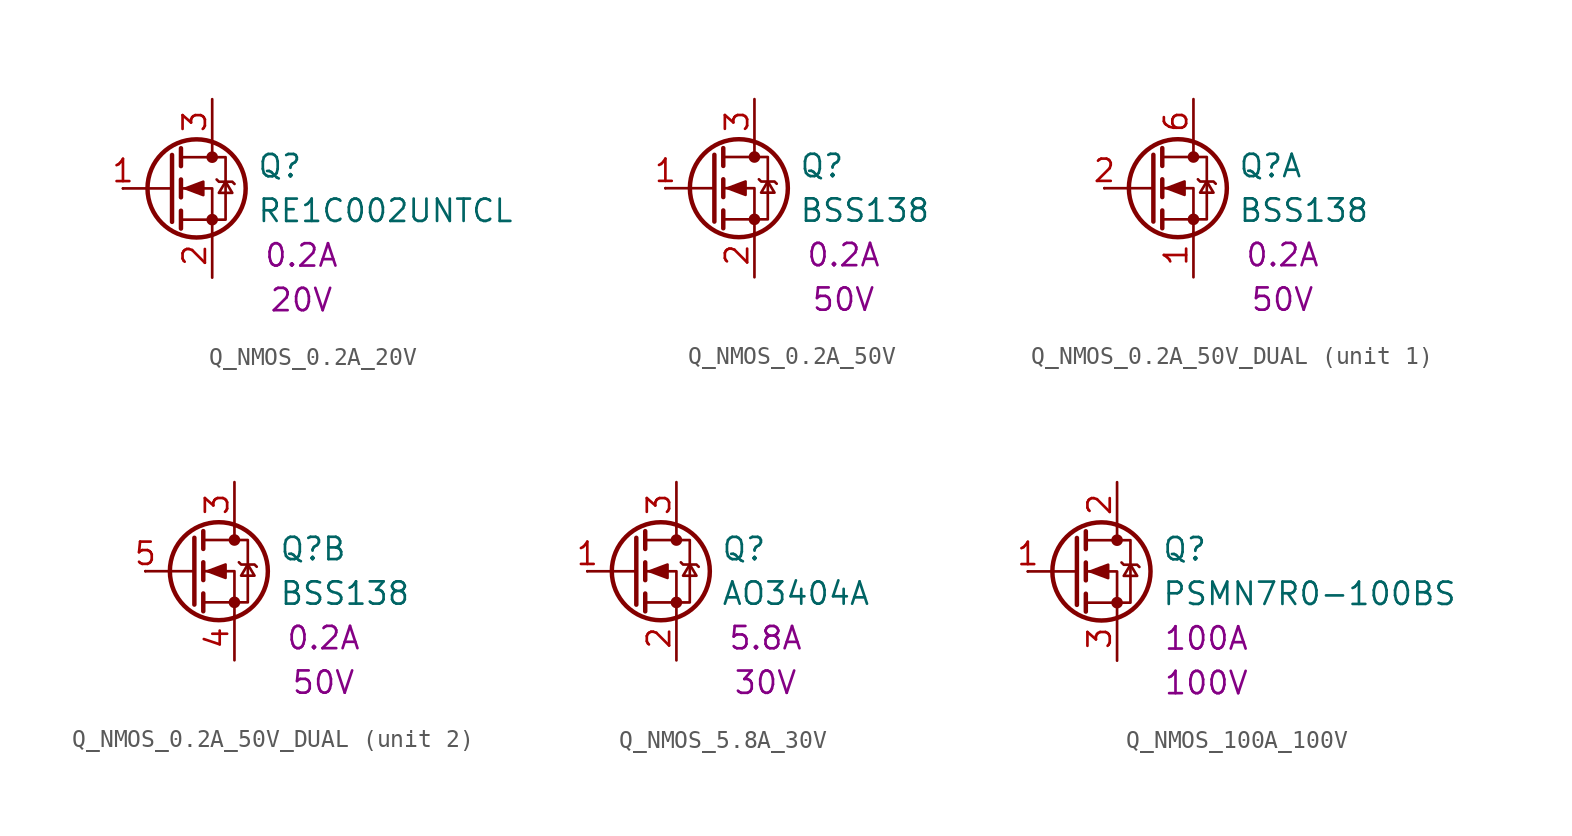
<source format=kicad_sym>
(kicad_symbol_lib
  (version 20241209)
  (generator "kicad_symbol_editor")
  (generator_version "9.0")
  (symbol "Q_NMOS_0.2A_20V"
    (pin_names
      (offset 0)
      (hide yes))
    (property "Reference" "Q"
      (at 5.08 1.27 0)
      (effects (font (size 1.27 1.27)) (justify left)))
    (property "Value" "RE1C002UNTCL"
      (at 5.08 -1.27 0)
      (effects (font (size 1.27 1.27)) (justify left)))
    (property "IMax" "0.2A"
      (at 7.62 -3.81 0)
      (effects (font (size 1.27 1.27))))
    (property "VMax" "20V"
      (at 7.62 -6.35 0)
      (effects (font (size 1.27 1.27))))
    (symbol "Q_NMOS_0.2A_20V_0_1"
      (polyline (pts (xy 0.254 1.905) (xy 0.254 -1.905)) (stroke (width 0.254) (type default)) (fill (type none)))
      (polyline (pts (xy 0.254 0) (xy -2.54 0)) (stroke (width 0) (type default)) (fill (type none)))
      (polyline (pts (xy 0.762 2.286) (xy 0.762 1.27)) (stroke (width 0.254) (type default)) (fill (type none)))
      (polyline (pts (xy 0.762 0.508) (xy 0.762 -0.508)) (stroke (width 0.254) (type default)) (fill (type none)))
      (polyline (pts (xy 0.762 -1.27) (xy 0.762 -2.286)) (stroke (width 0.254) (type default)) (fill (type none)))
      (polyline (pts (xy 0.762 -1.778) (xy 3.302 -1.778) (xy 3.302 1.778) (xy 0.762 1.778)) (stroke (width 0) (type default)) (fill (type none)))
      (polyline (pts (xy 1.016 0) (xy 2.032 0.381) (xy 2.032 -0.381) (xy 1.016 0)) (stroke (width 0) (type default)) (fill (type outline)))
      (circle (center 1.651 0) (radius 2.794) (stroke (width 0.254) (type default)) (fill (type none)))
      (polyline (pts (xy 2.54 2.54) (xy 2.54 1.778)) (stroke (width 0) (type default)) (fill (type none)))
      (circle (center 2.54 1.778) (radius 0.254) (stroke (width 0) (type default)) (fill (type outline)))
      (circle (center 2.54 -1.778) (radius 0.254) (stroke (width 0) (type default)) (fill (type outline)))
      (polyline (pts (xy 2.54 -2.54) (xy 2.54 0) (xy 0.762 0)) (stroke (width 0) (type default)) (fill (type none)))
      (polyline (pts (xy 2.794 0.508) (xy 2.921 0.381) (xy 3.683 0.381) (xy 3.81 0.254)) (stroke (width 0) (type default)) (fill (type none)))
      (polyline (pts (xy 3.302 0.381) (xy 2.921 -0.254) (xy 3.683 -0.254) (xy 3.302 0.381)) (stroke (width 0) (type default)) (fill (type none))))
    (symbol "Q_NMOS_0.2A_20V_1_1"
      (pin input line (at -2.54 0 0) (length 0) (name "G" (effects (font (size 1.27 1.27)))) (number "1" (effects (font (size 1.27 1.27)))))
      (pin passive line (at 2.54 5.08 270) (length 2.54) (name "D" (effects (font (size 1.27 1.27)))) (number "3" (effects (font (size 1.27 1.27)))))
      (pin passive line (at 2.54 -5.08 90) (length 2.54) (name "S" (effects (font (size 1.27 1.27)))) (number "2" (effects (font (size 1.27 1.27)))))))
  (symbol "Q_NMOS_0.2A_50V"
    (pin_names
      (offset 0)
      (hide yes))
    (property "Reference" "Q"
      (at 5.08 1.27 0)
      (effects (font (size 1.27 1.27)) (justify left)))
    (property "Value" "BSS138"
      (at 5.08 -1.27 0)
      (effects (font (size 1.27 1.27)) (justify left)))
    (property "IMax" "0.2A"
      (at 7.62 -3.81 0)
      (effects (font (size 1.27 1.27))))
    (property "VMax" "50V"
      (at 7.62 -6.35 0)
      (effects (font (size 1.27 1.27))))
    (symbol "Q_NMOS_0.2A_50V_0_1"
      (polyline (pts (xy 0.254 1.905) (xy 0.254 -1.905)) (stroke (width 0.254) (type default)) (fill (type none)))
      (polyline (pts (xy 0.254 0) (xy -2.54 0)) (stroke (width 0) (type default)) (fill (type none)))
      (polyline (pts (xy 0.762 2.286) (xy 0.762 1.27)) (stroke (width 0.254) (type default)) (fill (type none)))
      (polyline (pts (xy 0.762 0.508) (xy 0.762 -0.508)) (stroke (width 0.254) (type default)) (fill (type none)))
      (polyline (pts (xy 0.762 -1.27) (xy 0.762 -2.286)) (stroke (width 0.254) (type default)) (fill (type none)))
      (polyline (pts (xy 0.762 -1.778) (xy 3.302 -1.778) (xy 3.302 1.778) (xy 0.762 1.778)) (stroke (width 0) (type default)) (fill (type none)))
      (polyline (pts (xy 1.016 0) (xy 2.032 0.381) (xy 2.032 -0.381) (xy 1.016 0)) (stroke (width 0) (type default)) (fill (type outline)))
      (circle (center 1.651 0) (radius 2.794) (stroke (width 0.254) (type default)) (fill (type none)))
      (polyline (pts (xy 2.54 2.54) (xy 2.54 1.778)) (stroke (width 0) (type default)) (fill (type none)))
      (circle (center 2.54 1.778) (radius 0.254) (stroke (width 0) (type default)) (fill (type outline)))
      (circle (center 2.54 -1.778) (radius 0.254) (stroke (width 0) (type default)) (fill (type outline)))
      (polyline (pts (xy 2.54 -2.54) (xy 2.54 0) (xy 0.762 0)) (stroke (width 0) (type default)) (fill (type none)))
      (polyline (pts (xy 2.794 0.508) (xy 2.921 0.381) (xy 3.683 0.381) (xy 3.81 0.254)) (stroke (width 0) (type default)) (fill (type none)))
      (polyline (pts (xy 3.302 0.381) (xy 2.921 -0.254) (xy 3.683 -0.254) (xy 3.302 0.381)) (stroke (width 0) (type default)) (fill (type none))))
    (symbol "Q_NMOS_0.2A_50V_1_1"
      (pin input line (at -2.54 0 0) (length 0) (name "G" (effects (font (size 1.27 1.27)))) (number "1" (effects (font (size 1.27 1.27)))))
      (pin passive line (at 2.54 5.08 270) (length 2.54) (name "D" (effects (font (size 1.27 1.27)))) (number "3" (effects (font (size 1.27 1.27)))))
      (pin passive line (at 2.54 -5.08 90) (length 2.54) (name "S" (effects (font (size 1.27 1.27)))) (number "2" (effects (font (size 1.27 1.27)))))))
  (symbol "Q_NMOS_0.2A_50V_DUAL"
    (pin_names
      (offset 0)
      (hide yes))
    (property "Reference" "Q"
      (at 5.08 1.27 0)
      (effects (font (size 1.27 1.27)) (justify left)))
    (property "Value" "BSS138"
      (at 5.08 -1.27 0)
      (effects (font (size 1.27 1.27)) (justify left)))
    (property "IMax" "0.2A"
      (at 7.62 -3.81 0)
      (effects (font (size 1.27 1.27))))
    (property "VMax" "50V"
      (at 7.62 -6.35 0)
      (effects (font (size 1.27 1.27))))
    (symbol "Q_NMOS_0.2A_50V_DUAL_0_1"
      (polyline (pts (xy 0.254 1.905) (xy 0.254 -1.905)) (stroke (width 0.254) (type default)) (fill (type none)))
      (polyline (pts (xy 0.254 0) (xy -2.54 0)) (stroke (width 0) (type default)) (fill (type none)))
      (polyline (pts (xy 0.762 2.286) (xy 0.762 1.27)) (stroke (width 0.254) (type default)) (fill (type none)))
      (polyline (pts (xy 0.762 0.508) (xy 0.762 -0.508)) (stroke (width 0.254) (type default)) (fill (type none)))
      (polyline (pts (xy 0.762 -1.27) (xy 0.762 -2.286)) (stroke (width 0.254) (type default)) (fill (type none)))
      (polyline (pts (xy 0.762 -1.778) (xy 3.302 -1.778) (xy 3.302 1.778) (xy 0.762 1.778)) (stroke (width 0) (type default)) (fill (type none)))
      (polyline (pts (xy 1.016 0) (xy 2.032 0.381) (xy 2.032 -0.381) (xy 1.016 0)) (stroke (width 0) (type default)) (fill (type outline)))
      (circle (center 1.651 0) (radius 2.794) (stroke (width 0.254) (type default)) (fill (type none)))
      (polyline (pts (xy 2.54 2.54) (xy 2.54 1.778)) (stroke (width 0) (type default)) (fill (type none)))
      (circle (center 2.54 1.778) (radius 0.254) (stroke (width 0) (type default)) (fill (type outline)))
      (circle (center 2.54 -1.778) (radius 0.254) (stroke (width 0) (type default)) (fill (type outline)))
      (polyline (pts (xy 2.54 -2.54) (xy 2.54 0) (xy 0.762 0)) (stroke (width 0) (type default)) (fill (type none)))
      (polyline (pts (xy 2.794 0.508) (xy 2.921 0.381) (xy 3.683 0.381) (xy 3.81 0.254)) (stroke (width 0) (type default)) (fill (type none)))
      (polyline (pts (xy 3.302 0.381) (xy 2.921 -0.254) (xy 3.683 -0.254) (xy 3.302 0.381)) (stroke (width 0) (type default)) (fill (type none))))
    (symbol "Q_NMOS_0.2A_50V_DUAL_1_1"
      (pin passive line (at -2.54 0 0) (length 0) (name "G" (effects (font (size 1.27 1.27)))) (number "2" (effects (font (size 1.27 1.27)))))
      (pin passive line (at 2.54 5.08 270) (length 2.54) (name "D" (effects (font (size 1.27 1.27)))) (number "6" (effects (font (size 1.27 1.27)))))
      (pin passive line (at 2.54 -5.08 90) (length 2.54) (name "S" (effects (font (size 1.27 1.27)))) (number "1" (effects (font (size 1.27 1.27))))))
    (symbol "Q_NMOS_0.2A_50V_DUAL_2_1"
      (pin passive line (at -2.54 0 0) (length 0) (name "G" (effects (font (size 1.27 1.27)))) (number "5" (effects (font (size 1.27 1.27)))))
      (pin passive line (at 2.54 5.08 270) (length 2.54) (name "D" (effects (font (size 1.27 1.27)))) (number "3" (effects (font (size 1.27 1.27)))))
      (pin passive line (at 2.54 -5.08 90) (length 2.54) (name "S" (effects (font (size 1.27 1.27)))) (number "4" (effects (font (size 1.27 1.27)))))))
  (symbol "Q_NMOS_5.8A_30V"
    (pin_names
      (offset 0)
      (hide yes))
    (property "Reference" "Q"
      (at 5.08 1.27 0)
      (effects (font (size 1.27 1.27)) (justify left)))
    (property "Value" "AO3404A"
      (at 5.08 -1.27 0)
      (effects (font (size 1.27 1.27)) (justify left)))
    (property "IMax" "5.8A"
      (at 7.62 -3.81 0)
      (effects (font (size 1.27 1.27))))
    (property "VMax" "30V"
      (at 7.62 -6.35 0)
      (effects (font (size 1.27 1.27))))
    (symbol "Q_NMOS_5.8A_30V_0_1"
      (polyline (pts (xy 0.254 1.905) (xy 0.254 -1.905)) (stroke (width 0.254) (type default)) (fill (type none)))
      (polyline (pts (xy 0.254 0) (xy -2.54 0)) (stroke (width 0) (type default)) (fill (type none)))
      (polyline (pts (xy 0.762 2.286) (xy 0.762 1.27)) (stroke (width 0.254) (type default)) (fill (type none)))
      (polyline (pts (xy 0.762 0.508) (xy 0.762 -0.508)) (stroke (width 0.254) (type default)) (fill (type none)))
      (polyline (pts (xy 0.762 -1.27) (xy 0.762 -2.286)) (stroke (width 0.254) (type default)) (fill (type none)))
      (polyline (pts (xy 0.762 -1.778) (xy 3.302 -1.778) (xy 3.302 1.778) (xy 0.762 1.778)) (stroke (width 0) (type default)) (fill (type none)))
      (polyline (pts (xy 1.016 0) (xy 2.032 0.381) (xy 2.032 -0.381) (xy 1.016 0)) (stroke (width 0) (type default)) (fill (type outline)))
      (circle (center 1.651 0) (radius 2.794) (stroke (width 0.254) (type default)) (fill (type none)))
      (polyline (pts (xy 2.54 2.54) (xy 2.54 1.778)) (stroke (width 0) (type default)) (fill (type none)))
      (circle (center 2.54 1.778) (radius 0.254) (stroke (width 0) (type default)) (fill (type outline)))
      (circle (center 2.54 -1.778) (radius 0.254) (stroke (width 0) (type default)) (fill (type outline)))
      (polyline (pts (xy 2.54 -2.54) (xy 2.54 0) (xy 0.762 0)) (stroke (width 0) (type default)) (fill (type none)))
      (polyline (pts (xy 2.794 0.508) (xy 2.921 0.381) (xy 3.683 0.381) (xy 3.81 0.254)) (stroke (width 0) (type default)) (fill (type none)))
      (polyline (pts (xy 3.302 0.381) (xy 2.921 -0.254) (xy 3.683 -0.254) (xy 3.302 0.381)) (stroke (width 0) (type default)) (fill (type none))))
    (symbol "Q_NMOS_5.8A_30V_1_1"
      (pin input line (at -2.54 0 0) (length 0) (name "G" (effects (font (size 1.27 1.27)))) (number "1" (effects (font (size 1.27 1.27)))))
      (pin passive line (at 2.54 5.08 270) (length 2.54) (name "D" (effects (font (size 1.27 1.27)))) (number "3" (effects (font (size 1.27 1.27)))))
      (pin passive line (at 2.54 -5.08 90) (length 2.54) (name "S" (effects (font (size 1.27 1.27)))) (number "2" (effects (font (size 1.27 1.27)))))))
  (symbol "Q_NMOS_100A_100V"
    (pin_names
      (offset 0)
      (hide yes))
    (property "Reference" "Q"
      (at 5.08 1.27 0)
      (effects (font (size 1.27 1.27)) (justify left)))
    (property "Value" "PSMN7R0-100BS"
      (at 5.08 -1.27 0)
      (effects (font (size 1.27 1.27)) (justify left)))
    (property "IMax" "100A"
      (at 7.62 -3.81 0)
      (effects (font (size 1.27 1.27))))
    (property "VMax" "100V"
      (at 7.62 -6.35 0)
      (effects (font (size 1.27 1.27))))
    (symbol "Q_NMOS_100A_100V_0_1"
      (polyline (pts (xy 0.254 1.905) (xy 0.254 -1.905)) (stroke (width 0.254) (type default)) (fill (type none)))
      (polyline (pts (xy 0.254 0) (xy -2.54 0)) (stroke (width 0) (type default)) (fill (type none)))
      (polyline (pts (xy 0.762 2.286) (xy 0.762 1.27)) (stroke (width 0.254) (type default)) (fill (type none)))
      (polyline (pts (xy 0.762 0.508) (xy 0.762 -0.508)) (stroke (width 0.254) (type default)) (fill (type none)))
      (polyline (pts (xy 0.762 -1.27) (xy 0.762 -2.286)) (stroke (width 0.254) (type default)) (fill (type none)))
      (polyline (pts (xy 0.762 -1.778) (xy 3.302 -1.778) (xy 3.302 1.778) (xy 0.762 1.778)) (stroke (width 0) (type default)) (fill (type none)))
      (polyline (pts (xy 1.016 0) (xy 2.032 0.381) (xy 2.032 -0.381) (xy 1.016 0)) (stroke (width 0) (type default)) (fill (type outline)))
      (circle (center 1.651 0) (radius 2.794) (stroke (width 0.254) (type default)) (fill (type none)))
      (polyline (pts (xy 2.54 2.54) (xy 2.54 1.778)) (stroke (width 0) (type default)) (fill (type none)))
      (circle (center 2.54 1.778) (radius 0.254) (stroke (width 0) (type default)) (fill (type outline)))
      (circle (center 2.54 -1.778) (radius 0.254) (stroke (width 0) (type default)) (fill (type outline)))
      (polyline (pts (xy 2.54 -2.54) (xy 2.54 0) (xy 0.762 0)) (stroke (width 0) (type default)) (fill (type none)))
      (polyline (pts (xy 2.794 0.508) (xy 2.921 0.381) (xy 3.683 0.381) (xy 3.81 0.254)) (stroke (width 0) (type default)) (fill (type none)))
      (polyline (pts (xy 3.302 0.381) (xy 2.921 -0.254) (xy 3.683 -0.254) (xy 3.302 0.381)) (stroke (width 0) (type default)) (fill (type none))))
    (symbol "Q_NMOS_100A_100V_1_1"
      (pin input line (at -2.54 0 0) (length 0) (name "G" (effects (font (size 1.27 1.27)))) (number "1" (effects (font (size 1.27 1.27)))))
      (pin passive line (at 2.54 5.08 270) (length 2.54) (name "D" (effects (font (size 1.27 1.27)))) (number "2" (effects (font (size 1.27 1.27)))))
      (pin passive line (at 2.54 -5.08 90) (length 2.54) (name "S" (effects (font (size 1.27 1.27)))) (number "3" (effects (font (size 1.27 1.27))))))))
</source>
